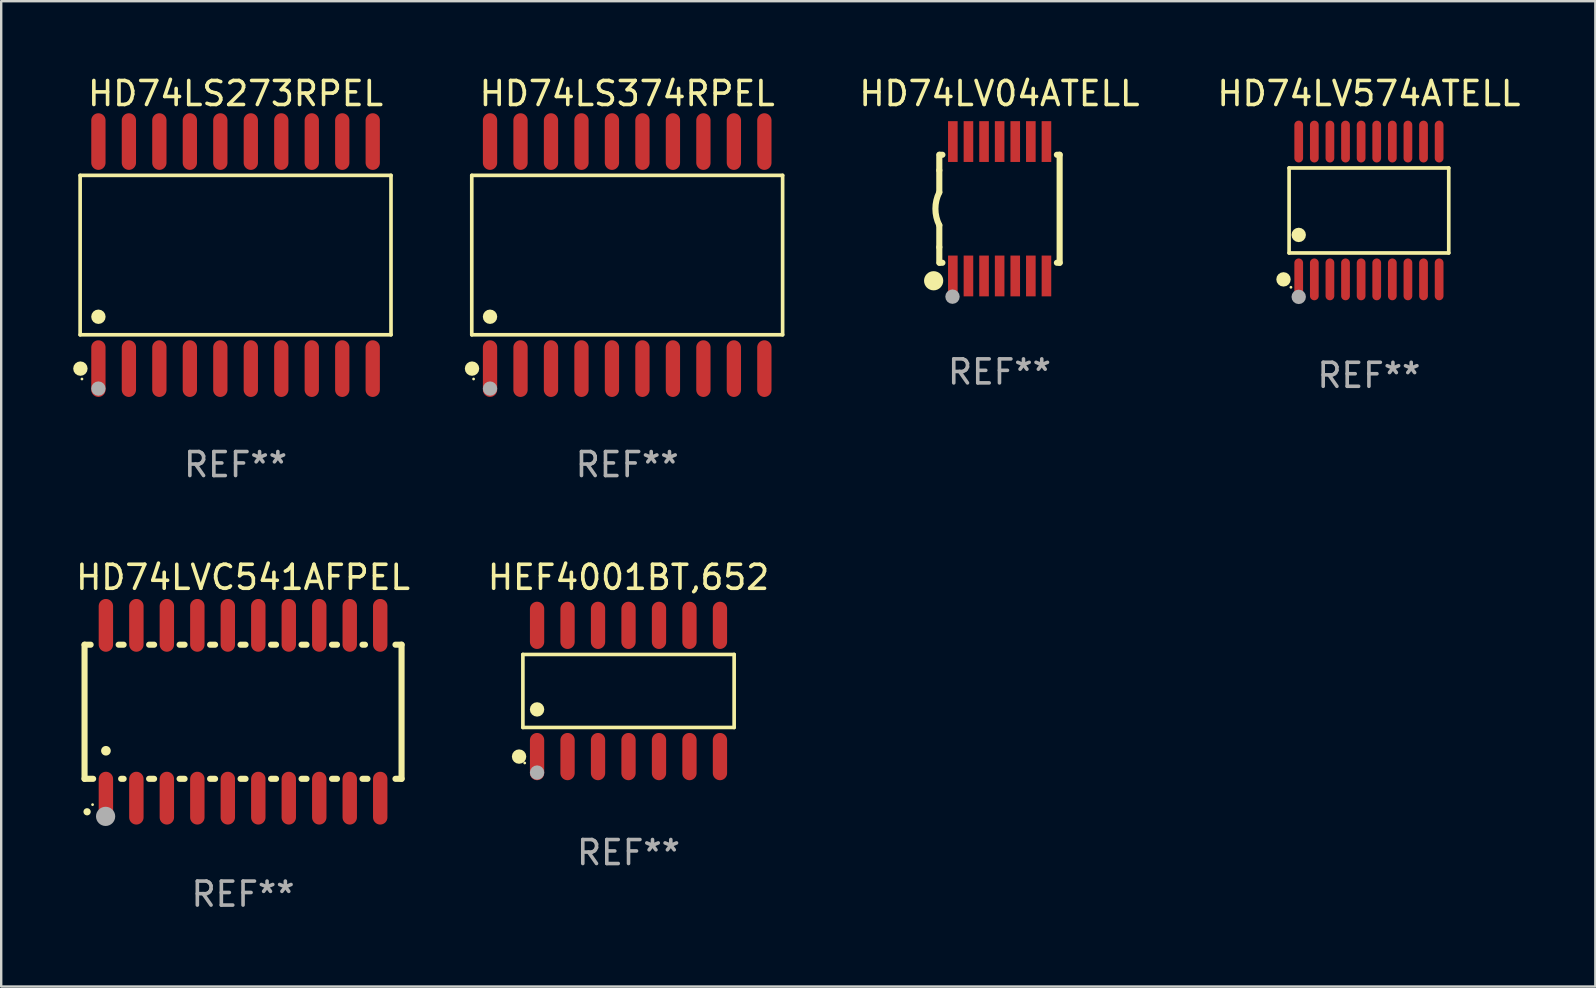
<source format=kicad_pcb>
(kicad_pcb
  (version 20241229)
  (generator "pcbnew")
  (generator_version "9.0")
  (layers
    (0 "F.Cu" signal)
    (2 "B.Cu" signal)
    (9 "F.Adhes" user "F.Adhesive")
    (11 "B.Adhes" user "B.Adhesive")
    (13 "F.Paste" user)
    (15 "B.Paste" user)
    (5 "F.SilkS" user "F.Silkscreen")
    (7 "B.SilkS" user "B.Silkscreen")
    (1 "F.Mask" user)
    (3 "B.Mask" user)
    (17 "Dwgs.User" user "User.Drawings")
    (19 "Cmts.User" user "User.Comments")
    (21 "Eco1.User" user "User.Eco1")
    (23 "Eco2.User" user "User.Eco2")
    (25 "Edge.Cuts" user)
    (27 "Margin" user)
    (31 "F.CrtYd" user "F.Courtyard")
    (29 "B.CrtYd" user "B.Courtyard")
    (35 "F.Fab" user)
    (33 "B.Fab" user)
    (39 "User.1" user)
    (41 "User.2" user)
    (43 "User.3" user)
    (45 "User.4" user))
  (footprint "HD74LV04ATELL"
    (layer "F.Cu")
    (at 38.593 5.648)
    (property "Reference" "HD74LV04ATELL" (at 0 -4.8 0) (layer "F.SilkS") (effects (font (size 1 1) (thickness 0.15))))
    (attr through_hole)
    (fp_line (start -2.507 -1.6) (end -2.507 -2.25) (stroke (width 0.254) (type solid)) (layer "F.SilkS"))
    (fp_line (start -2.507 -0.686) (end -2.507 -1.6) (stroke (width 0.254) (type solid)) (layer "F.SilkS"))
    (fp_line (start -2.507 1.6) (end -2.507 0.686) (stroke (width 0.254) (type solid)) (layer "F.SilkS"))
    (fp_line (start -2.507 1.6) (end -2.507 2.25) (stroke (width 0.254) (type solid)) (layer "F.SilkS"))
    (fp_line (start -2.493 -2.25) (end -2.377 -2.25) (stroke (width 0.254) (type solid)) (layer "F.SilkS"))
    (fp_line (start -2.377 2.25) (end -2.493 2.25) (stroke (width 0.254) (type solid)) (layer "F.SilkS"))
    (fp_line (start 2.392 -2.25) (end 2.507 -2.25) (stroke (width 0.254) (type solid)) (layer "F.SilkS"))
    (fp_line (start 2.507 -2.25) (end 2.507 2.25) (stroke (width 0.254) (type solid)) (layer "F.SilkS"))
    (fp_line (start 2.507 2.25) (end 2.392 2.25) (stroke (width 0.254) (type solid)) (layer "F.SilkS"))
    (fp_arc (start -2.507303 0.685802) (mid -2.669199 0) (end -2.507303 -0.685801) (stroke (width 0.254001) (type solid)) (layer "F.SilkS"))
    (fp_circle (center -2.743 3) (end -2.543 3) (stroke (width 0.4) (type solid)) (fill no) (layer "F.SilkS"))
    (fp_circle (center -2.493 3.2) (end -2.463 3.2) (stroke (width 0.06) (type solid)) (fill no) (layer "F.SilkS"))
    (fp_circle (center -1.957 3.662) (end -1.807 3.662) (stroke (width 0.3) (type solid)) (fill no) (layer "F.Fab"))
    (fp_text user "REF**" (at 0 6.8 0) (layer "F.Fab") (effects (font (size 1 1) (thickness 0.15))))
    (pad "1" smd rect (at -1.943 2.8) (size 0.4 1.7) (layers "F.Cu" "F.Mask" "F.Paste"))
    (pad "2" smd rect (at -1.293 2.8) (size 0.4 1.7) (layers "F.Cu" "F.Mask" "F.Paste"))
    (pad "3" smd rect (at -0.643 2.8) (size 0.4 1.7) (layers "F.Cu" "F.Mask" "F.Paste"))
    (pad "4" smd rect (at 0.007 2.8) (size 0.4 1.7) (layers "F.Cu" "F.Mask" "F.Paste"))
    (pad "5" smd rect (at 0.657 2.8) (size 0.4 1.7) (layers "F.Cu" "F.Mask" "F.Paste"))
    (pad "6" smd rect (at 1.307 2.8) (size 0.4 1.7) (layers "F.Cu" "F.Mask" "F.Paste"))
    (pad "7" smd rect (at 1.957 2.8) (size 0.4 1.7) (layers "F.Cu" "F.Mask" "F.Paste"))
    (pad "8" smd rect (at 1.957 -2.8) (size 0.4 1.7) (layers "F.Cu" "F.Mask" "F.Paste"))
    (pad "9" smd rect (at 1.307 -2.8) (size 0.4 1.7) (layers "F.Cu" "F.Mask" "F.Paste"))
    (pad "10" smd rect (at 0.657 -2.8) (size 0.4 1.7) (layers "F.Cu" "F.Mask" "F.Paste"))
    (pad "11" smd rect (at 0.007 -2.8) (size 0.4 1.7) (layers "F.Cu" "F.Mask" "F.Paste"))
    (pad "12" smd rect (at -0.643 -2.8) (size 0.4 1.7) (layers "F.Cu" "F.Mask" "F.Paste"))
    (pad "13" smd rect (at -1.293 -2.8) (size 0.4 1.7) (layers "F.Cu" "F.Mask" "F.Paste"))
    (pad "14" smd rect (at -1.943 -2.8) (size 0.4 1.7) (layers "F.Cu" "F.Mask" "F.Paste")))
  (footprint "HD74LS273RPEL"
    (layer "F.Cu")
    (at 6.765 7.578)
    (property "Reference" "HD74LS273RPEL" (at 0 -6.73 0) (layer "F.SilkS") (effects (font (size 1 1) (thickness 0.15))))
    (attr through_hole)
    (fp_line (start -6.476 -3.321) (end 6.476 -3.321) (stroke (width 0.152) (type solid)) (layer "F.SilkS"))
    (fp_line (start -6.476 3.321) (end -6.476 -3.321) (stroke (width 0.152) (type solid)) (layer "F.SilkS"))
    (fp_line (start 6.476 -3.321) (end 6.476 3.321) (stroke (width 0.152) (type solid)) (layer "F.SilkS"))
    (fp_line (start 6.476 3.321) (end -6.476 3.321) (stroke (width 0.152) (type solid)) (layer "F.SilkS"))
    (fp_circle (center -6.465 4.73) (end -6.315 4.73) (stroke (width 0.3) (type solid)) (fill no) (layer "F.SilkS"))
    (fp_circle (center -6.4 5.163) (end -6.37 5.163) (stroke (width 0.06) (type solid)) (fill no) (layer "F.SilkS"))
    (fp_circle (center -5.715 2.569) (end -5.565 2.569) (stroke (width 0.3) (type solid)) (fill no) (layer "F.SilkS"))
    (fp_circle (center -5.715 5.563) (end -5.565 5.563) (stroke (width 0.3) (type solid)) (fill no) (layer "F.Fab"))
    (fp_text user "REF**" (at 0 8.73 0) (layer "F.Fab") (effects (font (size 1 1) (thickness 0.15))))
    (pad "1" smd oval (at -5.715 4.73) (size 0.595 2.36) (layers "F.Cu" "F.Mask" "F.Paste"))
    (pad "2" smd oval (at -4.445 4.73) (size 0.595 2.36) (layers "F.Cu" "F.Mask" "F.Paste"))
    (pad "3" smd oval (at -3.175 4.73) (size 0.595 2.36) (layers "F.Cu" "F.Mask" "F.Paste"))
    (pad "4" smd oval (at -1.905 4.73) (size 0.595 2.36) (layers "F.Cu" "F.Mask" "F.Paste"))
    (pad "5" smd oval (at -0.635 4.73) (size 0.595 2.36) (layers "F.Cu" "F.Mask" "F.Paste"))
    (pad "6" smd oval (at 0.635 4.73) (size 0.595 2.36) (layers "F.Cu" "F.Mask" "F.Paste"))
    (pad "7" smd oval (at 1.905 4.73) (size 0.595 2.36) (layers "F.Cu" "F.Mask" "F.Paste"))
    (pad "8" smd oval (at 3.175 4.73) (size 0.595 2.36) (layers "F.Cu" "F.Mask" "F.Paste"))
    (pad "9" smd oval (at 4.445 4.73) (size 0.595 2.36) (layers "F.Cu" "F.Mask" "F.Paste"))
    (pad "10" smd oval (at 5.715 4.73) (size 0.595 2.36) (layers "F.Cu" "F.Mask" "F.Paste"))
    (pad "11" smd oval (at 5.715 -4.73) (size 0.595 2.36) (layers "F.Cu" "F.Mask" "F.Paste"))
    (pad "12" smd oval (at 4.445 -4.73) (size 0.595 2.36) (layers "F.Cu" "F.Mask" "F.Paste"))
    (pad "13" smd oval (at 3.175 -4.73) (size 0.595 2.36) (layers "F.Cu" "F.Mask" "F.Paste"))
    (pad "14" smd oval (at 1.905 -4.73) (size 0.595 2.36) (layers "F.Cu" "F.Mask" "F.Paste"))
    (pad "15" smd oval (at 0.635 -4.73) (size 0.595 2.36) (layers "F.Cu" "F.Mask" "F.Paste"))
    (pad "16" smd oval (at -0.635 -4.73) (size 0.595 2.36) (layers "F.Cu" "F.Mask" "F.Paste"))
    (pad "17" smd oval (at -1.905 -4.73) (size 0.595 2.36) (layers "F.Cu" "F.Mask" "F.Paste"))
    (pad "18" smd oval (at -3.175 -4.73) (size 0.595 2.36) (layers "F.Cu" "F.Mask" "F.Paste"))
    (pad "19" smd oval (at -4.445 -4.73) (size 0.595 2.36) (layers "F.Cu" "F.Mask" "F.Paste"))
    (pad "20" smd oval (at -5.715 -4.73) (size 0.595 2.36) (layers "F.Cu" "F.Mask" "F.Paste")))
  (footprint "HD74LVC541AFPEL"
    (layer "F.Cu")
    (at 7.077 26.605)
    (property "Reference" "HD74LVC541AFPEL" (at 0 -5.6 0) (layer "F.SilkS") (effects (font (size 1 1) (thickness 0.15))))
    (attr through_hole)
    (fp_line (start -6.604 -2.794) (end -6.604 2.794) (stroke (width 0.254) (type solid)) (layer "F.SilkS"))
    (fp_line (start -6.604 2.794) (end -6.246 2.794) (stroke (width 0.254) (type solid)) (layer "F.SilkS"))
    (fp_line (start -6.35 -2.794) (end -6.604 -2.794) (stroke (width 0.254) (type solid)) (layer "F.SilkS"))
    (fp_line (start -5.184 -2.794) (end -4.976 -2.794) (stroke (width 0.254) (type solid)) (layer "F.SilkS"))
    (fp_line (start -5.08 2.794) (end -4.976 2.794) (stroke (width 0.254) (type solid)) (layer "F.SilkS"))
    (fp_line (start -3.914 -2.794) (end -3.706 -2.794) (stroke (width 0.254) (type solid)) (layer "F.SilkS"))
    (fp_line (start -3.914 2.794) (end -3.706 2.794) (stroke (width 0.254) (type solid)) (layer "F.SilkS"))
    (fp_line (start -2.644 -2.794) (end -2.436 -2.794) (stroke (width 0.254) (type solid)) (layer "F.SilkS"))
    (fp_line (start -2.644 2.794) (end -2.436 2.794) (stroke (width 0.254) (type solid)) (layer "F.SilkS"))
    (fp_line (start -1.374 -2.794) (end -1.166 -2.794) (stroke (width 0.254) (type solid)) (layer "F.SilkS"))
    (fp_line (start -1.374 2.794) (end -1.166 2.794) (stroke (width 0.254) (type solid)) (layer "F.SilkS"))
    (fp_line (start -0.104 -2.794) (end 0.104 -2.794) (stroke (width 0.254) (type solid)) (layer "F.SilkS"))
    (fp_line (start -0.104 2.794) (end 0.104 2.794) (stroke (width 0.254) (type solid)) (layer "F.SilkS"))
    (fp_line (start 1.166 -2.794) (end 1.374 -2.794) (stroke (width 0.254) (type solid)) (layer "F.SilkS"))
    (fp_line (start 1.166 2.794) (end 1.374 2.794) (stroke (width 0.254) (type solid)) (layer "F.SilkS"))
    (fp_line (start 2.436 -2.794) (end 2.644 -2.794) (stroke (width 0.254) (type solid)) (layer "F.SilkS"))
    (fp_line (start 2.436 2.794) (end 2.644 2.794) (stroke (width 0.254) (type solid)) (layer "F.SilkS"))
    (fp_line (start 3.706 -2.794) (end 3.914 -2.794) (stroke (width 0.254) (type solid)) (layer "F.SilkS"))
    (fp_line (start 3.706 2.794) (end 3.914 2.794) (stroke (width 0.254) (type solid)) (layer "F.SilkS"))
    (fp_line (start 4.976 -2.794) (end 5.08 -2.794) (stroke (width 0.254) (type solid)) (layer "F.SilkS"))
    (fp_line (start 4.976 2.794) (end 5.184 2.794) (stroke (width 0.254) (type solid)) (layer "F.SilkS"))
    (fp_line (start 6.35 -2.794) (end 6.604 -2.794) (stroke (width 0.254) (type solid)) (layer "F.SilkS"))
    (fp_line (start 6.604 -2.794) (end 6.604 2.794) (stroke (width 0.254) (type solid)) (layer "F.SilkS"))
    (fp_line (start 6.604 2.794) (end 6.35 2.794) (stroke (width 0.254) (type solid)) (layer "F.SilkS"))
    (fp_arc (start -6.499619 4.167793) (mid -6.498349 4.167788) (end -6.497079 4.167793) (stroke (width 0.3) (type solid)) (layer "F.SilkS"))
    (fp_arc (start -5.715011 1.625603) (mid -5.713741 1.625599) (end -5.712471 1.625603) (stroke (width 0.4) (type solid)) (layer "F.SilkS"))
    (fp_circle (center -6.27 3.87) (end -6.24 3.87) (stroke (width 0.06) (type solid)) (fill no) (layer "F.SilkS"))
    (fp_circle (center -5.727 4.359) (end -5.527 4.359) (stroke (width 0.4) (type solid)) (fill no) (layer "F.Fab"))
    (fp_text user "REF**" (at 0 7.6 0) (layer "F.Fab") (effects (font (size 1 1) (thickness 0.15))))
    (pad "1" smd oval (at -5.715 3.6) (size 0.6 2.2) (layers "F.Cu" "F.Mask" "F.Paste"))
    (pad "2" smd oval (at -4.445 3.6) (size 0.6 2.2) (layers "F.Cu" "F.Mask" "F.Paste"))
    (pad "3" smd oval (at -3.175 3.6) (size 0.6 2.2) (layers "F.Cu" "F.Mask" "F.Paste"))
    (pad "4" smd oval (at -1.905 3.6) (size 0.6 2.2) (layers "F.Cu" "F.Mask" "F.Paste"))
    (pad "5" smd oval (at -0.635 3.6) (size 0.6 2.2) (layers "F.Cu" "F.Mask" "F.Paste"))
    (pad "6" smd oval (at 0.635 3.6) (size 0.6 2.2) (layers "F.Cu" "F.Mask" "F.Paste"))
    (pad "7" smd oval (at 1.905 3.6) (size 0.6 2.2) (layers "F.Cu" "F.Mask" "F.Paste"))
    (pad "8" smd oval (at 3.175 3.6) (size 0.6 2.2) (layers "F.Cu" "F.Mask" "F.Paste"))
    (pad "9" smd oval (at 4.445 3.6) (size 0.6 2.2) (layers "F.Cu" "F.Mask" "F.Paste"))
    (pad "10" smd oval (at 5.715 3.6) (size 0.6 2.2) (layers "F.Cu" "F.Mask" "F.Paste"))
    (pad "11" smd oval (at 5.715 -3.6 180) (size 0.6 2.2) (layers "F.Cu" "F.Mask" "F.Paste"))
    (pad "12" smd oval (at 4.445 -3.6 180) (size 0.6 2.2) (layers "F.Cu" "F.Mask" "F.Paste"))
    (pad "13" smd oval (at 3.175 -3.6 180) (size 0.6 2.2) (layers "F.Cu" "F.Mask" "F.Paste"))
    (pad "14" smd oval (at 1.905 -3.6 180) (size 0.6 2.2) (layers "F.Cu" "F.Mask" "F.Paste"))
    (pad "15" smd oval (at 0.635 -3.6 180) (size 0.6 2.2) (layers "F.Cu" "F.Mask" "F.Paste"))
    (pad "16" smd oval (at -0.635 -3.6 180) (size 0.6 2.2) (layers "F.Cu" "F.Mask" "F.Paste"))
    (pad "17" smd oval (at -1.905 -3.6 180) (size 0.6 2.2) (layers "F.Cu" "F.Mask" "F.Paste"))
    (pad "18" smd oval (at -3.175 -3.6 180) (size 0.6 2.2) (layers "F.Cu" "F.Mask" "F.Paste"))
    (pad "19" smd oval (at -4.445 -3.6 180) (size 0.6 2.2) (layers "F.Cu" "F.Mask" "F.Paste"))
    (pad "20" smd oval (at -5.715 -3.6 180) (size 0.6 2.2) (layers "F.Cu" "F.Mask" "F.Paste")))
  (footprint "HD74LV574ATELL"
    (layer "F.Cu")
    (at 53.986 5.719)
    (property "Reference" "HD74LV574ATELL" (at 0 -4.871 0) (layer "F.SilkS") (effects (font (size 1 1) (thickness 0.15))))
    (attr through_hole)
    (fp_line (start -3.326 -1.771) (end 3.326 -1.771) (stroke (width 0.152) (type solid)) (layer "F.SilkS"))
    (fp_line (start -3.326 1.771) (end -3.326 -1.771) (stroke (width 0.152) (type solid)) (layer "F.SilkS"))
    (fp_line (start 3.326 -1.771) (end 3.326 1.771) (stroke (width 0.152) (type solid)) (layer "F.SilkS"))
    (fp_line (start 3.326 1.771) (end -3.326 1.771) (stroke (width 0.152) (type solid)) (layer "F.SilkS"))
    (fp_circle (center -3.559 2.871) (end -3.409 2.871) (stroke (width 0.3) (type solid)) (fill no) (layer "F.SilkS"))
    (fp_circle (center -3.25 3.2) (end -3.22 3.2) (stroke (width 0.06) (type solid)) (fill no) (layer "F.SilkS"))
    (fp_circle (center -2.925 1.019) (end -2.775 1.019) (stroke (width 0.3) (type solid)) (fill no) (layer "F.SilkS"))
    (fp_circle (center -2.925 3.6) (end -2.775 3.6) (stroke (width 0.3) (type solid)) (fill no) (layer "F.Fab"))
    (fp_text user "REF**" (at 0 6.871 0) (layer "F.Fab") (effects (font (size 1 1) (thickness 0.15))))
    (pad "1" smd oval (at -2.925 2.871) (size 0.364 1.742) (layers "F.Cu" "F.Mask" "F.Paste"))
    (pad "2" smd oval (at -2.275 2.871) (size 0.364 1.742) (layers "F.Cu" "F.Mask" "F.Paste"))
    (pad "3" smd oval (at -1.625 2.871) (size 0.364 1.742) (layers "F.Cu" "F.Mask" "F.Paste"))
    (pad "4" smd oval (at -0.975 2.871) (size 0.364 1.742) (layers "F.Cu" "F.Mask" "F.Paste"))
    (pad "5" smd oval (at -0.325 2.871) (size 0.364 1.742) (layers "F.Cu" "F.Mask" "F.Paste"))
    (pad "6" smd oval (at 0.325 2.871) (size 0.364 1.742) (layers "F.Cu" "F.Mask" "F.Paste"))
    (pad "7" smd oval (at 0.975 2.871) (size 0.364 1.742) (layers "F.Cu" "F.Mask" "F.Paste"))
    (pad "8" smd oval (at 1.625 2.871) (size 0.364 1.742) (layers "F.Cu" "F.Mask" "F.Paste"))
    (pad "9" smd oval (at 2.275 2.871) (size 0.364 1.742) (layers "F.Cu" "F.Mask" "F.Paste"))
    (pad "10" smd oval (at 2.925 2.871) (size 0.364 1.742) (layers "F.Cu" "F.Mask" "F.Paste"))
    (pad "11" smd oval (at 2.925 -2.871) (size 0.364 1.742) (layers "F.Cu" "F.Mask" "F.Paste"))
    (pad "12" smd oval (at 2.275 -2.871) (size 0.364 1.742) (layers "F.Cu" "F.Mask" "F.Paste"))
    (pad "13" smd oval (at 1.625 -2.871) (size 0.364 1.742) (layers "F.Cu" "F.Mask" "F.Paste"))
    (pad "14" smd oval (at 0.975 -2.871) (size 0.364 1.742) (layers "F.Cu" "F.Mask" "F.Paste"))
    (pad "15" smd oval (at 0.325 -2.871) (size 0.364 1.742) (layers "F.Cu" "F.Mask" "F.Paste"))
    (pad "16" smd oval (at -0.325 -2.871) (size 0.364 1.742) (layers "F.Cu" "F.Mask" "F.Paste"))
    (pad "17" smd oval (at -0.975 -2.871) (size 0.364 1.742) (layers "F.Cu" "F.Mask" "F.Paste"))
    (pad "18" smd oval (at -1.625 -2.871) (size 0.364 1.742) (layers "F.Cu" "F.Mask" "F.Paste"))
    (pad "19" smd oval (at -2.275 -2.871) (size 0.364 1.742) (layers "F.Cu" "F.Mask" "F.Paste"))
    (pad "20" smd oval (at -2.925 -2.871) (size 0.364 1.742) (layers "F.Cu" "F.Mask" "F.Paste")))
  (footprint "HEF4001BT,652"
    (layer "F.Cu")
    (at 23.137 25.739)
    (property "Reference" "HEF4001BT,652" (at 0 -4.734 0) (layer "F.SilkS") (effects (font (size 1 1) (thickness 0.15))))
    (attr through_hole)
    (fp_line (start -4.401 -1.521) (end 4.401 -1.521) (stroke (width 0.152) (type solid)) (layer "F.SilkS"))
    (fp_line (start -4.401 1.521) (end -4.401 -1.521) (stroke (width 0.152) (type solid)) (layer "F.SilkS"))
    (fp_line (start 4.401 -1.521) (end 4.401 1.521) (stroke (width 0.152) (type solid)) (layer "F.SilkS"))
    (fp_line (start 4.401 1.521) (end -4.401 1.521) (stroke (width 0.152) (type solid)) (layer "F.SilkS"))
    (fp_circle (center -4.56 2.734) (end -4.41 2.734) (stroke (width 0.3) (type solid)) (fill no) (layer "F.SilkS"))
    (fp_circle (center -4.325 3) (end -4.295 3) (stroke (width 0.06) (type solid)) (fill no) (layer "F.SilkS"))
    (fp_circle (center -3.81 0.769) (end -3.66 0.769) (stroke (width 0.3) (type solid)) (fill no) (layer "F.SilkS"))
    (fp_circle (center -3.81 3.4) (end -3.66 3.4) (stroke (width 0.3) (type solid)) (fill no) (layer "F.Fab"))
    (fp_text user "REF**" (at 0 6.734 0) (layer "F.Fab") (effects (font (size 1 1) (thickness 0.15))))
    (pad "1" smd oval (at -3.81 2.734) (size 0.595 1.968) (layers "F.Cu" "F.Mask" "F.Paste"))
    (pad "2" smd oval (at -2.54 2.734) (size 0.595 1.968) (layers "F.Cu" "F.Mask" "F.Paste"))
    (pad "3" smd oval (at -1.27 2.734) (size 0.595 1.968) (layers "F.Cu" "F.Mask" "F.Paste"))
    (pad "4" smd oval (at 0 2.734) (size 0.595 1.968) (layers "F.Cu" "F.Mask" "F.Paste"))
    (pad "5" smd oval (at 1.27 2.734) (size 0.595 1.968) (layers "F.Cu" "F.Mask" "F.Paste"))
    (pad "6" smd oval (at 2.54 2.734) (size 0.595 1.968) (layers "F.Cu" "F.Mask" "F.Paste"))
    (pad "7" smd oval (at 3.81 2.734) (size 0.595 1.968) (layers "F.Cu" "F.Mask" "F.Paste"))
    (pad "8" smd oval (at 3.81 -2.734) (size 0.595 1.968) (layers "F.Cu" "F.Mask" "F.Paste"))
    (pad "9" smd oval (at 2.54 -2.734) (size 0.595 1.968) (layers "F.Cu" "F.Mask" "F.Paste"))
    (pad "10" smd oval (at 1.27 -2.734) (size 0.595 1.968) (layers "F.Cu" "F.Mask" "F.Paste"))
    (pad "11" smd oval (at 0 -2.734) (size 0.595 1.968) (layers "F.Cu" "F.Mask" "F.Paste"))
    (pad "12" smd oval (at -1.27 -2.734) (size 0.595 1.968) (layers "F.Cu" "F.Mask" "F.Paste"))
    (pad "13" smd oval (at -2.54 -2.734) (size 0.595 1.968) (layers "F.Cu" "F.Mask" "F.Paste"))
    (pad "14" smd oval (at -3.81 -2.734) (size 0.595 1.968) (layers "F.Cu" "F.Mask" "F.Paste")))
  (footprint "HD74LS374RPEL"
    (layer "F.Cu")
    (at 23.082 7.578)
    (property "Reference" "HD74LS374RPEL" (at 0 -6.73 0) (layer "F.SilkS") (effects (font (size 1 1) (thickness 0.15))))
    (attr through_hole)
    (fp_line (start -6.476 -3.321) (end 6.476 -3.321) (stroke (width 0.152) (type solid)) (layer "F.SilkS"))
    (fp_line (start -6.476 3.321) (end -6.476 -3.321) (stroke (width 0.152) (type solid)) (layer "F.SilkS"))
    (fp_line (start 6.476 -3.321) (end 6.476 3.321) (stroke (width 0.152) (type solid)) (layer "F.SilkS"))
    (fp_line (start 6.476 3.321) (end -6.476 3.321) (stroke (width 0.152) (type solid)) (layer "F.SilkS"))
    (fp_circle (center -6.465 4.73) (end -6.315 4.73) (stroke (width 0.3) (type solid)) (fill no) (layer "F.SilkS"))
    (fp_circle (center -6.4 5.163) (end -6.37 5.163) (stroke (width 0.06) (type solid)) (fill no) (layer "F.SilkS"))
    (fp_circle (center -5.715 2.569) (end -5.565 2.569) (stroke (width 0.3) (type solid)) (fill no) (layer "F.SilkS"))
    (fp_circle (center -5.715 5.563) (end -5.565 5.563) (stroke (width 0.3) (type solid)) (fill no) (layer "F.Fab"))
    (fp_text user "REF**" (at 0 8.73 0) (layer "F.Fab") (effects (font (size 1 1) (thickness 0.15))))
    (pad "1" smd oval (at -5.715 4.73) (size 0.595 2.36) (layers "F.Cu" "F.Mask" "F.Paste"))
    (pad "2" smd oval (at -4.445 4.73) (size 0.595 2.36) (layers "F.Cu" "F.Mask" "F.Paste"))
    (pad "3" smd oval (at -3.175 4.73) (size 0.595 2.36) (layers "F.Cu" "F.Mask" "F.Paste"))
    (pad "4" smd oval (at -1.905 4.73) (size 0.595 2.36) (layers "F.Cu" "F.Mask" "F.Paste"))
    (pad "5" smd oval (at -0.635 4.73) (size 0.595 2.36) (layers "F.Cu" "F.Mask" "F.Paste"))
    (pad "6" smd oval (at 0.635 4.73) (size 0.595 2.36) (layers "F.Cu" "F.Mask" "F.Paste"))
    (pad "7" smd oval (at 1.905 4.73) (size 0.595 2.36) (layers "F.Cu" "F.Mask" "F.Paste"))
    (pad "8" smd oval (at 3.175 4.73) (size 0.595 2.36) (layers "F.Cu" "F.Mask" "F.Paste"))
    (pad "9" smd oval (at 4.445 4.73) (size 0.595 2.36) (layers "F.Cu" "F.Mask" "F.Paste"))
    (pad "10" smd oval (at 5.715 4.73) (size 0.595 2.36) (layers "F.Cu" "F.Mask" "F.Paste"))
    (pad "11" smd oval (at 5.715 -4.73) (size 0.595 2.36) (layers "F.Cu" "F.Mask" "F.Paste"))
    (pad "12" smd oval (at 4.445 -4.73) (size 0.595 2.36) (layers "F.Cu" "F.Mask" "F.Paste"))
    (pad "13" smd oval (at 3.175 -4.73) (size 0.595 2.36) (layers "F.Cu" "F.Mask" "F.Paste"))
    (pad "14" smd oval (at 1.905 -4.73) (size 0.595 2.36) (layers "F.Cu" "F.Mask" "F.Paste"))
    (pad "15" smd oval (at 0.635 -4.73) (size 0.595 2.36) (layers "F.Cu" "F.Mask" "F.Paste"))
    (pad "16" smd oval (at -0.635 -4.73) (size 0.595 2.36) (layers "F.Cu" "F.Mask" "F.Paste"))
    (pad "17" smd oval (at -1.905 -4.73) (size 0.595 2.36) (layers "F.Cu" "F.Mask" "F.Paste"))
    (pad "18" smd oval (at -3.175 -4.73) (size 0.595 2.36) (layers "F.Cu" "F.Mask" "F.Paste"))
    (pad "19" smd oval (at -4.445 -4.73) (size 0.595 2.36) (layers "F.Cu" "F.Mask" "F.Paste"))
    (pad "20" smd oval (at -5.715 -4.73) (size 0.595 2.36) (layers "F.Cu" "F.Mask" "F.Paste")))
  (gr_rect
    (start -3 -3)
    (end 63.42 38.053)
    (stroke (width 0.1) (type default))
    (fill no)
    (layer "Edge.Cuts")))
</source>
